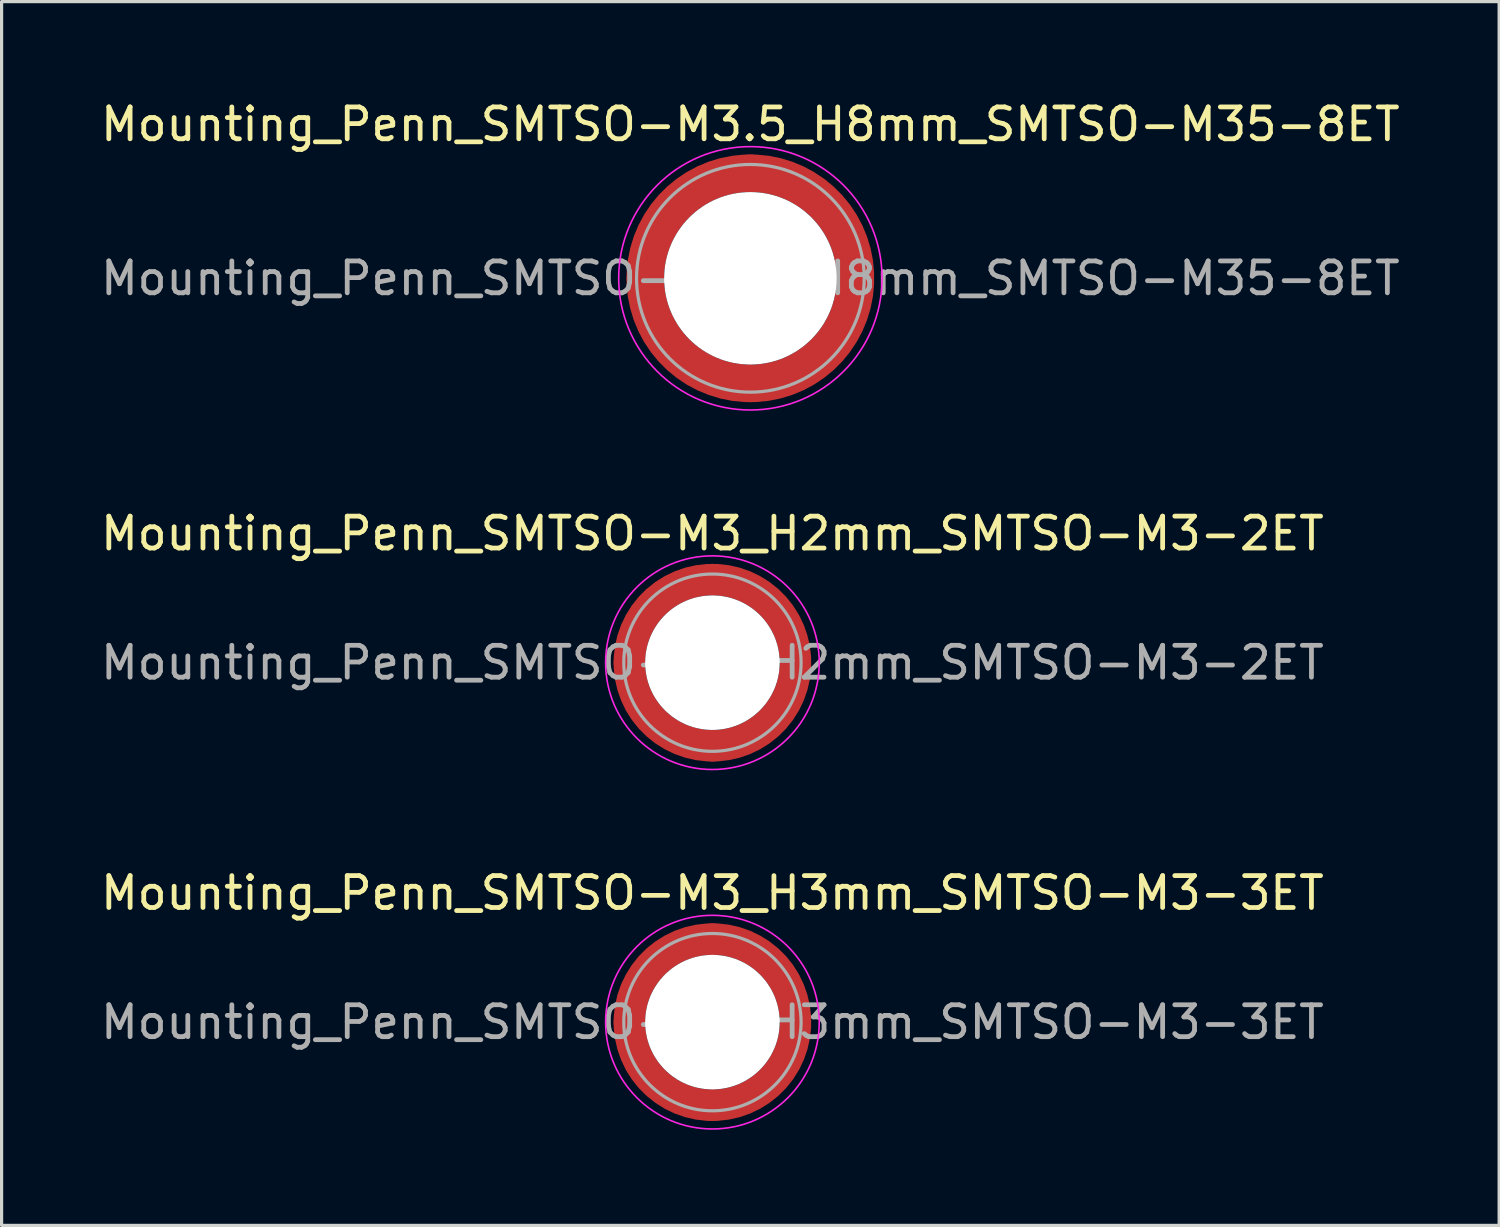
<source format=kicad_pcb>
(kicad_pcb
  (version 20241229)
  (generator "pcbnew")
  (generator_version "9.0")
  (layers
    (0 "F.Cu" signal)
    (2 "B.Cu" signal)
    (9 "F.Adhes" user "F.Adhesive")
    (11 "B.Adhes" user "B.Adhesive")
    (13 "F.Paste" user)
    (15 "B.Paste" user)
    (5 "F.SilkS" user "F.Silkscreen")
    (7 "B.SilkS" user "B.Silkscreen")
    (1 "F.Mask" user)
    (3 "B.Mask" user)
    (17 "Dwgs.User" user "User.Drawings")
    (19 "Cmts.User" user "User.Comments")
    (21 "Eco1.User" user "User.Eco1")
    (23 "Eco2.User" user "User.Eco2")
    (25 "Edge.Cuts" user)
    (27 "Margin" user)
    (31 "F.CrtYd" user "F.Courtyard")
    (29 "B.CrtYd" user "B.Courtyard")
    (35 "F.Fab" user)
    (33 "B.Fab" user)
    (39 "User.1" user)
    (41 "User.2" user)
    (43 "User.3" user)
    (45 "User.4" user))
  (footprint "Mounting_Penn_SMTSO-M3.5_H8mm_SMTSO-M35-8ET"
    (layer "F.Cu")
    (at 20.482 5.678)
    (property "Reference" "Mounting_Penn_SMTSO-M3.5_H8mm_SMTSO-M35-8ET" (at 0 -4.83 0) (layer "F.SilkS") (effects (font (size 1 1) (thickness 0.15))))
    (attr smd)
    (fp_circle (center 0 0) (end 4.13 0) (stroke (width 0.05) (type solid)) (fill no) (layer "F.CrtYd"))
    (fp_circle (center 0 0) (end 3.57 0) (stroke (width 0.1) (type solid)) (fill no) (layer "F.Fab"))
    (fp_text user "${REFERENCE}" (at 0 0 0) (layer "F.Fab") (effects (font (size 1 1) (thickness 0.15))))
    (pad "" smd custom (at -2.33 -2.33) (size 0.49 0.49) (layers "F.Paste") (options (anchor circle)) (primitives (gr_arc (start -0.559551 2.029917) (mid 0.275772 0.275772) (end 2.029917 -0.559551) (width 0.2)) (gr_arc (start -0.657558 2.029917) (mid 0.206829 0.206829) (end 2.029917 -0.657558) (width 0.2)) (gr_arc (start -0.755533 2.029917) (mid 0.137886 0.137886) (end 2.029917 -0.755533) (width 0.2)) (gr_arc (start -0.853479 2.029917) (mid 0.068943 0.068943) (end 2.029917 -0.853479) (width 0.2)) (gr_arc (start -0.951398 2.029917) (mid 0 0) (end 2.029917 -0.951398) (width 0.2)) (gr_arc (start -1.049293 2.029917) (mid -0.068943 -0.068943) (end 2.029917 -1.049293) (width 0.2)) (gr_arc (start -1.147165 2.029917) (mid -0.137886 -0.137886) (end 2.029917 -1.147165) (width 0.2)) (gr_arc (start -1.245018 2.029917) (mid -0.206829 -0.206829) (end 2.029917 -1.245018) (width 0.2)) (gr_arc (start -1.342851 2.029917) (mid -0.275771 -0.275771) (end 2.029917 -1.342851) (width 0.2)) (gr_line (start 2.03 -0.56) (end 2.03 -1.343) (width 0.2)) (gr_line (start -0.56 2.03) (end -1.343 2.03) (width 0.2))))
    (pad "" smd custom (at -2.33 2.33) (size 0.49 0.49) (layers "F.Paste") (options (anchor circle)) (primitives (gr_arc (start 2.029917 0.559551) (mid 0.275772 -0.275772) (end -0.559551 -2.029917) (width 0.2)) (gr_arc (start 2.029917 0.657558) (mid 0.206829 -0.206829) (end -0.657558 -2.029917) (width 0.2)) (gr_arc (start 2.029917 0.755533) (mid 0.137886 -0.137886) (end -0.755533 -2.029917) (width 0.2)) (gr_arc (start 2.029917 0.853479) (mid 0.068943 -0.068943) (end -0.853479 -2.029917) (width 0.2)) (gr_arc (start 2.029917 0.951398) (mid 0 0) (end -0.951398 -2.029917) (width 0.2)) (gr_arc (start 2.029917 1.049293) (mid -0.068943 0.068943) (end -1.049293 -2.029917) (width 0.2)) (gr_arc (start 2.029917 1.147165) (mid -0.137886 0.137886) (end -1.147165 -2.029917) (width 0.2)) (gr_arc (start 2.029917 1.245018) (mid -0.206829 0.206829) (end -1.245018 -2.029917) (width 0.2)) (gr_arc (start 2.029917 1.342851) (mid -0.275771 0.275771) (end -1.342851 -2.029917) (width 0.2)) (gr_line (start -0.56 -2.03) (end -1.343 -2.03) (width 0.2)) (gr_line (start 2.03 0.56) (end 2.03 1.343) (width 0.2))))
    (pad "" np_thru_hole circle (at 0 0) (size 5.41 5.41) (drill 5.41) (layers "*.Cu" "*.Mask"))
    (pad "" smd custom (at 2.33 -2.33) (size 0.49 0.49) (layers "F.Paste") (options (anchor circle)) (primitives (gr_arc (start -2.029917 -0.559551) (mid -0.275772 0.275772) (end 0.559551 2.029917) (width 0.2)) (gr_arc (start -2.029917 -0.657558) (mid -0.206829 0.206829) (end 0.657558 2.029917) (width 0.2)) (gr_arc (start -2.029917 -0.755533) (mid -0.137886 0.137886) (end 0.755533 2.029917) (width 0.2)) (gr_arc (start -2.029917 -0.853479) (mid -0.068943 0.068943) (end 0.853479 2.029917) (width 0.2)) (gr_arc (start -2.029917 -0.951398) (mid 0 0) (end 0.951398 2.029917) (width 0.2)) (gr_arc (start -2.029917 -1.049293) (mid 0.068943 -0.068943) (end 1.049293 2.029917) (width 0.2)) (gr_arc (start -2.029917 -1.147165) (mid 0.137886 -0.137886) (end 1.147165 2.029917) (width 0.2)) (gr_arc (start -2.029917 -1.245018) (mid 0.206829 -0.206829) (end 1.245018 2.029917) (width 0.2)) (gr_arc (start -2.029917 -1.342851) (mid 0.275771 -0.275771) (end 1.342851 2.029917) (width 0.2)) (gr_line (start 0.56 2.03) (end 1.343 2.03) (width 0.2)) (gr_line (start -2.03 -0.56) (end -2.03 -1.343) (width 0.2))))
    (pad "" smd custom (at 2.33 2.33) (size 0.49 0.49) (layers "F.Paste") (options (anchor circle)) (primitives (gr_arc (start 0.559551 -2.029917) (mid -0.275772 -0.275772) (end -2.029917 0.559551) (width 0.2)) (gr_arc (start 0.657558 -2.029917) (mid -0.206829 -0.206829) (end -2.029917 0.657558) (width 0.2)) (gr_arc (start 0.755533 -2.029917) (mid -0.137886 -0.137886) (end -2.029917 0.755533) (width 0.2)) (gr_arc (start 0.853479 -2.029917) (mid -0.068943 -0.068943) (end -2.029917 0.853479) (width 0.2)) (gr_arc (start 0.951398 -2.029917) (mid 0 0) (end -2.029917 0.951398) (width 0.2)) (gr_arc (start 1.049293 -2.029917) (mid 0.068943 0.068943) (end -2.029917 1.049293) (width 0.2)) (gr_arc (start 1.147165 -2.029917) (mid 0.137886 0.137886) (end -2.029917 1.147165) (width 0.2)) (gr_arc (start 1.245018 -2.029917) (mid 0.206829 0.206829) (end -2.029917 1.245018) (width 0.2)) (gr_arc (start 1.342851 -2.029917) (mid 0.275771 0.275771) (end -2.029917 1.342851) (width 0.2)) (gr_line (start -2.03 0.56) (end -2.03 1.343) (width 0.2)) (gr_line (start 0.56 -2.03) (end 1.343 -2.03) (width 0.2))))
    (pad "1" smd circle (at -3.295 0) (size 1.18 1.18) (layers "F.Cu"))
    (pad "1" smd circle (at 0 -3.295) (size 1.18 1.18) (layers "F.Cu"))
    (pad "1" smd circle (at 0 3.295) (size 1.18 1.18) (layers "F.Cu"))
    (pad "1" smd custom (at 3.295 0) (size 1.18 1.18) (layers "F.Cu" "F.Mask") (options (anchor circle)) (primitives (gr_circle (center -3.295 0) (end 0 0) (width 1.18) (fill no)))))
  (footprint "Mounting_Penn_SMTSO-M3_H3mm_SMTSO-M3-3ET"
    (layer "F.Cu")
    (at 19.292 29.005)
    (property "Reference" "Mounting_Penn_SMTSO-M3_H3mm_SMTSO-M3-3ET" (at 0 -4.05 0) (layer "F.SilkS") (effects (font (size 1 1) (thickness 0.15))))
    (attr smd)
    (fp_circle (center 0 0) (end 3.35 0) (stroke (width 0.05) (type solid)) (fill no) (layer "F.CrtYd"))
    (fp_circle (center 0 0) (end 2.78 0) (stroke (width 0.1) (type solid)) (fill no) (layer "F.Fab"))
    (fp_text user "${REFERENCE}" (at 0 0 0) (layer "F.Fab") (effects (font (size 1 1) (thickness 0.15))))
    (pad "" smd custom (at -1.842 -1.842) (size 0.395 0.395) (layers "F.Paste") (options (anchor circle)) (primitives (gr_arc (start -0.448423 1.542013) (mid 0.208597 0.208597) (end 1.542013 -0.448423) (width 0.2)) (gr_arc (start -0.547562 1.542013) (mid 0.139064 0.139064) (end 1.542013 -0.547562) (width 0.2)) (gr_arc (start -0.646637 1.542013) (mid 0.069532 0.069532) (end 1.542013 -0.646637) (width 0.2)) (gr_arc (start -0.745655 1.542013) (mid 0 0) (end 1.542013 -0.745655) (width 0.2)) (gr_arc (start -0.844622 1.542013) (mid -0.069532 -0.069532) (end 1.542013 -0.844622) (width 0.2)) (gr_arc (start -0.943545 1.542013) (mid -0.139064 -0.139064) (end 1.542013 -0.943545) (width 0.2)) (gr_arc (start -1.042428 1.542013) (mid -0.208597 -0.208597) (end 1.542013 -1.042428) (width 0.2)) (gr_arc (start -1.042428 1.542013) (mid -0.208597 -0.208597) (end 1.542013 -1.042428) (width 0.2)) (gr_line (start 1.542 -0.448) (end 1.542 -1.042) (width 0.2)) (gr_line (start -0.448 1.542) (end -1.042 1.542) (width 0.2))))
    (pad "" smd custom (at -1.842 1.842) (size 0.395 0.395) (layers "F.Paste") (options (anchor circle)) (primitives (gr_arc (start 1.542013 0.448423) (mid 0.208597 -0.208597) (end -0.448423 -1.542013) (width 0.2)) (gr_arc (start 1.542013 0.547562) (mid 0.139064 -0.139064) (end -0.547562 -1.542013) (width 0.2)) (gr_arc (start 1.542013 0.646637) (mid 0.069532 -0.069532) (end -0.646637 -1.542013) (width 0.2)) (gr_arc (start 1.542013 0.745655) (mid 0 0) (end -0.745655 -1.542013) (width 0.2)) (gr_arc (start 1.542013 0.844622) (mid -0.069532 0.069532) (end -0.844622 -1.542013) (width 0.2)) (gr_arc (start 1.542013 0.943545) (mid -0.139064 0.139064) (end -0.943545 -1.542013) (width 0.2)) (gr_arc (start 1.542013 1.042428) (mid -0.208597 0.208597) (end -1.042428 -1.542013) (width 0.2)) (gr_arc (start 1.542013 1.042428) (mid -0.208597 0.208597) (end -1.042428 -1.542013) (width 0.2)) (gr_line (start -0.448 -1.542) (end -1.042 -1.542) (width 0.2)) (gr_line (start 1.542 0.448) (end 1.542 1.042) (width 0.2))))
    (pad "" np_thru_hole circle (at 0 0) (size 4.22 4.22) (drill 4.22) (layers "*.Cu" "*.Mask"))
    (pad "" smd custom (at 1.842 -1.842) (size 0.395 0.395) (layers "F.Paste") (options (anchor circle)) (primitives (gr_arc (start -1.542013 -0.448423) (mid -0.208597 0.208597) (end 0.448423 1.542013) (width 0.2)) (gr_arc (start -1.542013 -0.547562) (mid -0.139064 0.139064) (end 0.547562 1.542013) (width 0.2)) (gr_arc (start -1.542013 -0.646637) (mid -0.069532 0.069532) (end 0.646637 1.542013) (width 0.2)) (gr_arc (start -1.542013 -0.745655) (mid 0 0) (end 0.745655 1.542013) (width 0.2)) (gr_arc (start -1.542013 -0.844622) (mid 0.069532 -0.069532) (end 0.844622 1.542013) (width 0.2)) (gr_arc (start -1.542013 -0.943545) (mid 0.139064 -0.139064) (end 0.943545 1.542013) (width 0.2)) (gr_arc (start -1.542013 -1.042428) (mid 0.208597 -0.208597) (end 1.042428 1.542013) (width 0.2)) (gr_arc (start -1.542013 -1.042428) (mid 0.208597 -0.208597) (end 1.042428 1.542013) (width 0.2)) (gr_line (start 0.448 1.542) (end 1.042 1.542) (width 0.2)) (gr_line (start -1.542 -0.448) (end -1.542 -1.042) (width 0.2))))
    (pad "" smd custom (at 1.842 1.842) (size 0.395 0.395) (layers "F.Paste") (options (anchor circle)) (primitives (gr_arc (start 0.448423 -1.542013) (mid -0.208597 -0.208597) (end -1.542013 0.448423) (width 0.2)) (gr_arc (start 0.547562 -1.542013) (mid -0.139064 -0.139064) (end -1.542013 0.547562) (width 0.2)) (gr_arc (start 0.646637 -1.542013) (mid -0.069532 -0.069532) (end -1.542013 0.646637) (width 0.2)) (gr_arc (start 0.745655 -1.542013) (mid 0 0) (end -1.542013 0.745655) (width 0.2)) (gr_arc (start 0.844622 -1.542013) (mid 0.069532 0.069532) (end -1.542013 0.844622) (width 0.2)) (gr_arc (start 0.943545 -1.542013) (mid 0.139064 0.139064) (end -1.542013 0.943545) (width 0.2)) (gr_arc (start 1.042428 -1.542013) (mid 0.208597 0.208597) (end -1.542013 1.042428) (width 0.2)) (gr_arc (start 1.042428 -1.542013) (mid 0.208597 0.208597) (end -1.542013 1.042428) (width 0.2)) (gr_line (start -1.542 0.448) (end -1.542 1.042) (width 0.2)) (gr_line (start 0.448 -1.542) (end 1.042 -1.542) (width 0.2))))
    (pad "1" smd circle (at -2.605 0) (size 0.99 0.99) (layers "F.Cu"))
    (pad "1" smd circle (at 0 -2.605) (size 0.99 0.99) (layers "F.Cu"))
    (pad "1" smd circle (at 0 2.605) (size 0.99 0.99) (layers "F.Cu"))
    (pad "1" smd custom (at 2.605 0) (size 0.99 0.99) (layers "F.Cu" "F.Mask") (options (anchor circle)) (primitives (gr_circle (center -2.605 0) (end 0 0) (width 0.99) (fill no)))))
  (footprint "Mounting_Penn_SMTSO-M3_H2mm_SMTSO-M3-2ET"
    (layer "F.Cu")
    (at 19.292 17.732)
    (property "Reference" "Mounting_Penn_SMTSO-M3_H2mm_SMTSO-M3-2ET" (at 0 -4.05 0) (layer "F.SilkS") (effects (font (size 1 1) (thickness 0.15))))
    (attr smd)
    (fp_circle (center 0 0) (end 3.35 0) (stroke (width 0.05) (type solid)) (fill no) (layer "F.CrtYd"))
    (fp_circle (center 0 0) (end 2.78 0) (stroke (width 0.1) (type solid)) (fill no) (layer "F.Fab"))
    (fp_text user "${REFERENCE}" (at 0 0 0) (layer "F.Fab") (effects (font (size 1 1) (thickness 0.15))))
    (pad "" smd custom (at -1.842 -1.842) (size 0.395 0.395) (layers "F.Paste") (options (anchor circle)) (primitives (gr_arc (start -0.448423 1.542013) (mid 0.208597 0.208597) (end 1.542013 -0.448423) (width 0.2)) (gr_arc (start -0.547562 1.542013) (mid 0.139064 0.139064) (end 1.542013 -0.547562) (width 0.2)) (gr_arc (start -0.646637 1.542013) (mid 0.069532 0.069532) (end 1.542013 -0.646637) (width 0.2)) (gr_arc (start -0.745655 1.542013) (mid 0 0) (end 1.542013 -0.745655) (width 0.2)) (gr_arc (start -0.844622 1.542013) (mid -0.069532 -0.069532) (end 1.542013 -0.844622) (width 0.2)) (gr_arc (start -0.943545 1.542013) (mid -0.139064 -0.139064) (end 1.542013 -0.943545) (width 0.2)) (gr_arc (start -1.042428 1.542013) (mid -0.208597 -0.208597) (end 1.542013 -1.042428) (width 0.2)) (gr_arc (start -1.042428 1.542013) (mid -0.208597 -0.208597) (end 1.542013 -1.042428) (width 0.2)) (gr_line (start 1.542 -0.448) (end 1.542 -1.042) (width 0.2)) (gr_line (start -0.448 1.542) (end -1.042 1.542) (width 0.2))))
    (pad "" smd custom (at -1.842 1.842) (size 0.395 0.395) (layers "F.Paste") (options (anchor circle)) (primitives (gr_arc (start 1.542013 0.448423) (mid 0.208597 -0.208597) (end -0.448423 -1.542013) (width 0.2)) (gr_arc (start 1.542013 0.547562) (mid 0.139064 -0.139064) (end -0.547562 -1.542013) (width 0.2)) (gr_arc (start 1.542013 0.646637) (mid 0.069532 -0.069532) (end -0.646637 -1.542013) (width 0.2)) (gr_arc (start 1.542013 0.745655) (mid 0 0) (end -0.745655 -1.542013) (width 0.2)) (gr_arc (start 1.542013 0.844622) (mid -0.069532 0.069532) (end -0.844622 -1.542013) (width 0.2)) (gr_arc (start 1.542013 0.943545) (mid -0.139064 0.139064) (end -0.943545 -1.542013) (width 0.2)) (gr_arc (start 1.542013 1.042428) (mid -0.208597 0.208597) (end -1.042428 -1.542013) (width 0.2)) (gr_arc (start 1.542013 1.042428) (mid -0.208597 0.208597) (end -1.042428 -1.542013) (width 0.2)) (gr_line (start -0.448 -1.542) (end -1.042 -1.542) (width 0.2)) (gr_line (start 1.542 0.448) (end 1.542 1.042) (width 0.2))))
    (pad "" np_thru_hole circle (at 0 0) (size 4.22 4.22) (drill 4.22) (layers "*.Cu" "*.Mask"))
    (pad "" smd custom (at 1.842 -1.842) (size 0.395 0.395) (layers "F.Paste") (options (anchor circle)) (primitives (gr_arc (start -1.542013 -0.448423) (mid -0.208597 0.208597) (end 0.448423 1.542013) (width 0.2)) (gr_arc (start -1.542013 -0.547562) (mid -0.139064 0.139064) (end 0.547562 1.542013) (width 0.2)) (gr_arc (start -1.542013 -0.646637) (mid -0.069532 0.069532) (end 0.646637 1.542013) (width 0.2)) (gr_arc (start -1.542013 -0.745655) (mid 0 0) (end 0.745655 1.542013) (width 0.2)) (gr_arc (start -1.542013 -0.844622) (mid 0.069532 -0.069532) (end 0.844622 1.542013) (width 0.2)) (gr_arc (start -1.542013 -0.943545) (mid 0.139064 -0.139064) (end 0.943545 1.542013) (width 0.2)) (gr_arc (start -1.542013 -1.042428) (mid 0.208597 -0.208597) (end 1.042428 1.542013) (width 0.2)) (gr_arc (start -1.542013 -1.042428) (mid 0.208597 -0.208597) (end 1.042428 1.542013) (width 0.2)) (gr_line (start 0.448 1.542) (end 1.042 1.542) (width 0.2)) (gr_line (start -1.542 -0.448) (end -1.542 -1.042) (width 0.2))))
    (pad "" smd custom (at 1.842 1.842) (size 0.395 0.395) (layers "F.Paste") (options (anchor circle)) (primitives (gr_arc (start 0.448423 -1.542013) (mid -0.208597 -0.208597) (end -1.542013 0.448423) (width 0.2)) (gr_arc (start 0.547562 -1.542013) (mid -0.139064 -0.139064) (end -1.542013 0.547562) (width 0.2)) (gr_arc (start 0.646637 -1.542013) (mid -0.069532 -0.069532) (end -1.542013 0.646637) (width 0.2)) (gr_arc (start 0.745655 -1.542013) (mid 0 0) (end -1.542013 0.745655) (width 0.2)) (gr_arc (start 0.844622 -1.542013) (mid 0.069532 0.069532) (end -1.542013 0.844622) (width 0.2)) (gr_arc (start 0.943545 -1.542013) (mid 0.139064 0.139064) (end -1.542013 0.943545) (width 0.2)) (gr_arc (start 1.042428 -1.542013) (mid 0.208597 0.208597) (end -1.542013 1.042428) (width 0.2)) (gr_arc (start 1.042428 -1.542013) (mid 0.208597 0.208597) (end -1.542013 1.042428) (width 0.2)) (gr_line (start -1.542 0.448) (end -1.542 1.042) (width 0.2)) (gr_line (start 0.448 -1.542) (end 1.042 -1.542) (width 0.2))))
    (pad "1" smd circle (at -2.605 0) (size 0.99 0.99) (layers "F.Cu"))
    (pad "1" smd circle (at 0 -2.605) (size 0.99 0.99) (layers "F.Cu"))
    (pad "1" smd circle (at 0 2.605) (size 0.99 0.99) (layers "F.Cu"))
    (pad "1" smd custom (at 2.605 0) (size 0.99 0.99) (layers "F.Cu" "F.Mask") (options (anchor circle)) (primitives (gr_circle (center -2.605 0) (end 0 0) (width 0.99) (fill no)))))
  (gr_rect
    (start -3 -3)
    (end 43.964 35.38)
    (stroke (width 0.1) (type default))
    (fill no)
    (layer "Edge.Cuts")))
</source>
